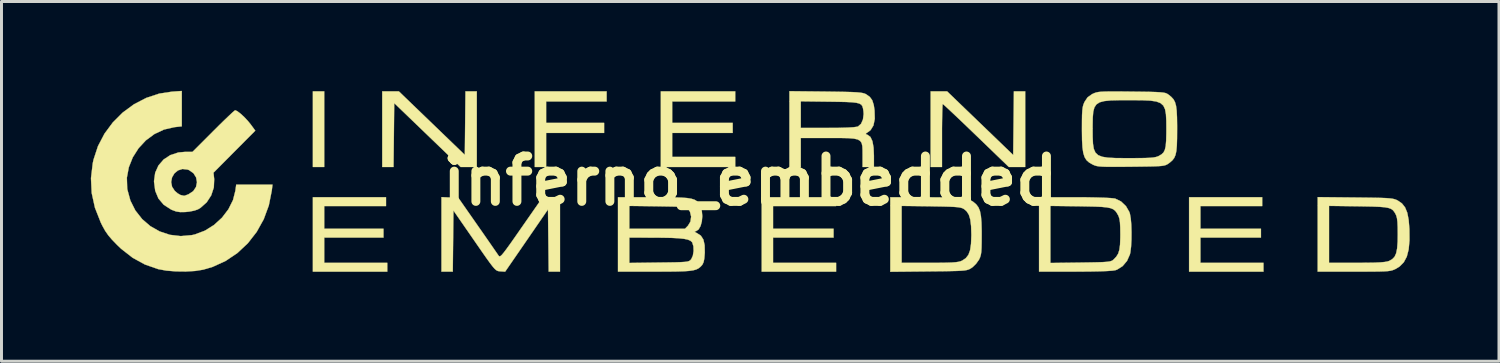
<source format=kicad_pcb>
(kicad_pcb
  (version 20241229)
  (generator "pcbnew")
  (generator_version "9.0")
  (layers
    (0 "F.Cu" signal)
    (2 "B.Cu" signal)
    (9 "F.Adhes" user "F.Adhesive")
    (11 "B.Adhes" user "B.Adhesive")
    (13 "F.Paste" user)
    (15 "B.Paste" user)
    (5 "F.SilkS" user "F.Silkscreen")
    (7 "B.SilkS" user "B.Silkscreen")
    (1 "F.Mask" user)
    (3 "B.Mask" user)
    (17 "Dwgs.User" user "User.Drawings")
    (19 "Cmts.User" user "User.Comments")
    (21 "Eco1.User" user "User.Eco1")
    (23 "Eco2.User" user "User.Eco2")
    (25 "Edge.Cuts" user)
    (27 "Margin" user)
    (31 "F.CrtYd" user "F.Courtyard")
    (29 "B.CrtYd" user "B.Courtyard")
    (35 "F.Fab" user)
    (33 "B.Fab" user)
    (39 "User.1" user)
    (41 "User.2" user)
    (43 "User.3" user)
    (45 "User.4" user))
  (footprint "inferno_embedded"
    (layer "F.Cu")
    (at 22.146 3.023)
    (property "Reference" "inferno_embedded" (at 0 0 0) (layer "F.SilkS") (effects (font (size 1.524 1.524) (thickness 0.3))))
    (attr through_hole)
    (fp_poly (pts (xy -14.309 -0.466) (xy -14.69 -0.466) (xy -14.69 -3.006) (xy -14.309 -3.006) (xy -14.309 -0.466)) (stroke (width 0.01) (type solid)) (fill yes) (layer "F.SilkS"))
    (fp_poly (pts (xy -4.826 -2.667) (xy -6.858 -2.667) (xy -6.858 -1.947) (xy -4.911 -1.947) (xy -4.911 -1.609) (xy -6.858 -1.609) (xy -6.858 -0.466) (xy -7.239 -0.466) (xy -7.239 -3.006) (xy -4.826 -3.006) (xy -4.826 -2.667)) (stroke (width 0.01) (type solid)) (fill yes) (layer "F.SilkS"))
    (fp_poly (pts (xy -12.234 0.847) (xy -14.309 0.847) (xy -14.309 1.609) (xy -12.319 1.609) (xy -12.319 1.905) (xy -14.309 1.905) (xy -14.309 2.752) (xy -12.192 2.752) (xy -12.192 3.048) (xy -14.69 3.048) (xy -14.69 0.55) (xy -12.234 0.55) (xy -12.234 0.847)) (stroke (width 0.01) (type solid)) (fill yes) (layer "F.SilkS"))
    (fp_poly (pts (xy -9.588 -0.872) (xy -9.566 -3.006) (xy -9.186 -3.006) (xy -9.186 -0.466) (xy -9.73 -0.466) (xy -10.845 -1.539) (xy -11.959 -2.611) (xy -11.97 -1.539) (xy -11.982 -0.466) (xy -12.361 -0.466) (xy -12.361 -3.006) (xy -11.804 -3.006) (xy -9.588 -0.872)) (stroke (width 0.01) (type solid)) (fill yes) (layer "F.SilkS"))
    (fp_poly (pts (xy -0.508 -2.667) (xy -2.625 -2.667) (xy -2.625 -1.947) (xy -0.593 -1.947) (xy -0.593 -1.609) (xy -2.625 -1.609) (xy -2.625 -0.804) (xy -0.508 -0.804) (xy -0.508 -0.466) (xy -3.006 -0.466) (xy -3.006 -3.006) (xy -0.508 -3.006) (xy -0.508 -2.667)) (stroke (width 0.01) (type solid)) (fill yes) (layer "F.SilkS"))
    (fp_poly (pts (xy 2.879 0.847) (xy 0.762 0.847) (xy 0.762 1.609) (xy 2.794 1.609) (xy 2.794 1.905) (xy 0.762 1.905) (xy 0.762 2.752) (xy 2.879 2.752) (xy 2.879 3.048) (xy 0.381 3.048) (xy 0.381 0.55) (xy 2.879 0.55) (xy 2.879 0.847)) (stroke (width 0.01) (type solid)) (fill yes) (layer "F.SilkS"))
    (fp_poly (pts (xy 17.187 0.847) (xy 15.113 0.847) (xy 15.113 1.609) (xy 17.145 1.609) (xy 17.145 1.905) (xy 15.113 1.905) (xy 15.113 2.752) (xy 17.23 2.752) (xy 17.23 3.048) (xy 14.732 3.048) (xy 14.732 0.55) (xy 17.187 0.55) (xy 17.187 0.847)) (stroke (width 0.01) (type solid)) (fill yes) (layer "F.SilkS"))
    (fp_poly (pts (xy 7.716 -1.937) (xy 8.826 -0.868) (xy 8.838 -1.937) (xy 8.849 -3.006) (xy 9.229 -3.006) (xy 9.229 -0.466) (xy 8.679 -0.466) (xy 7.582 -1.524) (xy 7.329 -1.767) (xy 7.096 -1.991) (xy 6.888 -2.188) (xy 6.714 -2.352) (xy 6.58 -2.477) (xy 6.493 -2.556) (xy 6.46 -2.582) (xy 6.453 -2.542) (xy 6.447 -2.428) (xy 6.442 -2.252) (xy 6.438 -2.026) (xy 6.435 -1.76) (xy 6.435 -1.524) (xy 6.435 -0.466) (xy 6.054 -0.466) (xy 6.054 -3.006) (xy 6.606 -3.006) (xy 7.716 -1.937)) (stroke (width 0.01) (type solid)) (fill yes) (layer "F.SilkS"))
    (fp_poly (pts (xy -10.088 0.559) (xy -9.804 0.572) (xy -9.164 1.489) (xy -8.989 1.739) (xy -8.828 1.971) (xy -8.687 2.174) (xy -8.574 2.337) (xy -8.496 2.45) (xy -8.461 2.501) (xy -8.441 2.526) (xy -8.418 2.536) (xy -8.387 2.523) (xy -8.342 2.482) (xy -8.278 2.405) (xy -8.188 2.286) (xy -8.067 2.119) (xy -7.91 1.896) (xy -7.711 1.61) (xy -7.685 1.573) (xy -6.972 0.55) (xy -6.392 0.55) (xy -6.392 3.048) (xy -6.772 3.048) (xy -6.783 2.003) (xy -6.795 0.959) (xy -7.514 2.004) (xy -8.234 3.049) (xy -8.399 3.038) (xy -8.448 3.033) (xy -8.491 3.022) (xy -8.536 2.997) (xy -8.589 2.949) (xy -8.655 2.873) (xy -8.743 2.759) (xy -8.857 2.601) (xy -9.004 2.391) (xy -9.191 2.121) (xy -9.267 2.011) (xy -9.97 0.996) (xy -9.981 2.022) (xy -9.992 3.048) (xy -10.372 3.048) (xy -10.372 0.546) (xy -10.088 0.559)) (stroke (width 0.01) (type solid)) (fill yes) (layer "F.SilkS"))
    (fp_poly (pts (xy 10.89 0.551) (xy 11.273 0.552) (xy 11.605 0.558) (xy 11.878 0.566) (xy 12.086 0.577) (xy 12.219 0.59) (xy 12.254 0.597) (xy 12.448 0.692) (xy 12.613 0.849) (xy 12.726 1.045) (xy 12.745 1.103) (xy 12.773 1.26) (xy 12.792 1.475) (xy 12.799 1.722) (xy 12.797 1.975) (xy 12.784 2.209) (xy 12.761 2.398) (xy 12.745 2.47) (xy 12.648 2.688) (xy 12.499 2.864) (xy 12.315 2.98) (xy 12.255 3.001) (xy 12.155 3.016) (xy 11.978 3.028) (xy 11.73 3.038) (xy 11.419 3.044) (xy 11.051 3.047) (xy 10.89 3.048) (xy 9.694 3.048) (xy 9.694 2.757) (xy 10.075 2.757) (xy 11.087 2.744) (xy 11.407 2.739) (xy 11.654 2.734) (xy 11.838 2.728) (xy 11.969 2.719) (xy 12.061 2.707) (xy 12.122 2.69) (xy 12.164 2.669) (xy 12.192 2.646) (xy 12.285 2.549) (xy 12.35 2.445) (xy 12.391 2.315) (xy 12.414 2.142) (xy 12.422 1.91) (xy 12.423 1.799) (xy 12.42 1.562) (xy 12.411 1.392) (xy 12.392 1.272) (xy 12.363 1.183) (xy 12.349 1.154) (xy 12.3 1.069) (xy 12.248 1.002) (xy 12.182 0.952) (xy 12.093 0.916) (xy 11.968 0.891) (xy 11.798 0.874) (xy 11.571 0.864) (xy 11.277 0.858) (xy 11.062 0.854) (xy 10.075 0.841) (xy 10.075 2.757) (xy 9.694 2.757) (xy 9.694 0.55) (xy 10.89 0.551)) (stroke (width 0.01) (type solid)) (fill yes) (layer "F.SilkS"))
    (fp_poly (pts (xy -17.23 -2.341) (xy -17.124 -2.261) (xy -17.001 -2.149) (xy -16.879 -2.019) (xy -16.781 -1.9) (xy -16.624 -1.686) (xy -17.326 -0.98) (xy -18.027 -0.275) (xy -18.004 -0.058) (xy -18.016 0.221) (xy -18.103 0.486) (xy -18.255 0.72) (xy -18.463 0.905) (xy -18.554 0.959) (xy -18.67 0.999) (xy -18.831 1.031) (xy -18.965 1.046) (xy -19.144 1.049) (xy -19.282 1.028) (xy -19.423 0.975) (xy -19.455 0.96) (xy -19.699 0.802) (xy -19.876 0.593) (xy -19.984 0.334) (xy -20.022 0.04) (xy -19.449 0.04) (xy -19.418 0.199) (xy -19.329 0.335) (xy -19.23 0.42) (xy -19.136 0.474) (xy -19.118 0.479) (xy -19.042 0.495) (xy -19.017 0.502) (xy -18.974 0.491) (xy -18.884 0.457) (xy -18.864 0.449) (xy -18.708 0.346) (xy -18.614 0.205) (xy -18.582 0.045) (xy -18.611 -0.115) (xy -18.7 -0.257) (xy -18.848 -0.361) (xy -18.896 -0.379) (xy -19.068 -0.399) (xy -19.219 -0.351) (xy -19.34 -0.251) (xy -19.419 -0.116) (xy -19.449 0.04) (xy -20.022 0.04) (xy -20.024 0.027) (xy -20.024 0.004) (xy -19.985 -0.273) (xy -19.875 -0.517) (xy -19.702 -0.717) (xy -19.477 -0.865) (xy -19.208 -0.953) (xy -18.986 -0.973) (xy -18.732 -0.974) (xy -18.034 -1.672) (xy -17.835 -1.87) (xy -17.655 -2.046) (xy -17.502 -2.192) (xy -17.387 -2.3) (xy -17.316 -2.36) (xy -17.3 -2.371) (xy -17.23 -2.341)) (stroke (width 0.01) (type solid)) (fill yes) (layer "F.SilkS"))
    (fp_poly (pts (xy 20.309 0.559) (xy 20.671 0.563) (xy 20.959 0.567) (xy 21.183 0.572) (xy 21.352 0.579) (xy 21.478 0.589) (xy 21.57 0.601) (xy 21.639 0.618) (xy 21.695 0.639) (xy 21.738 0.66) (xy 21.88 0.758) (xy 21.985 0.891) (xy 22.059 1.071) (xy 22.105 1.309) (xy 22.13 1.619) (xy 22.13 1.619) (xy 22.133 1.996) (xy 22.105 2.302) (xy 22.042 2.546) (xy 21.941 2.734) (xy 21.8 2.876) (xy 21.676 2.953) (xy 21.618 2.98) (xy 21.56 3.002) (xy 21.491 3.019) (xy 21.401 3.031) (xy 21.278 3.039) (xy 21.113 3.044) (xy 20.895 3.047) (xy 20.613 3.048) (xy 20.269 3.048) (xy 19.05 3.048) (xy 19.05 2.752) (xy 19.431 2.752) (xy 20.364 2.752) (xy 20.699 2.75) (xy 20.959 2.746) (xy 21.156 2.737) (xy 21.297 2.724) (xy 21.395 2.706) (xy 21.44 2.692) (xy 21.55 2.632) (xy 21.631 2.55) (xy 21.685 2.432) (xy 21.718 2.267) (xy 21.735 2.041) (xy 21.738 1.799) (xy 21.736 1.556) (xy 21.728 1.38) (xy 21.713 1.256) (xy 21.688 1.166) (xy 21.664 1.113) (xy 21.62 1.039) (xy 21.573 0.982) (xy 21.51 0.939) (xy 21.422 0.908) (xy 21.298 0.886) (xy 21.127 0.872) (xy 20.898 0.863) (xy 20.6 0.857) (xy 20.415 0.854) (xy 19.431 0.84) (xy 19.431 2.752) (xy 19.05 2.752) (xy 19.05 0.546) (xy 20.309 0.559)) (stroke (width 0.01) (type solid)) (fill yes) (layer "F.SilkS"))
    (fp_poly (pts (xy -19.092 -1.831) (xy -19.34 -1.803) (xy -19.69 -1.723) (xy -20.013 -1.571) (xy -20.3 -1.358) (xy -20.544 -1.094) (xy -20.737 -0.791) (xy -20.87 -0.458) (xy -20.936 -0.107) (xy -20.925 0.251) (xy -20.92 0.289) (xy -20.818 0.662) (xy -20.65 0.996) (xy -20.423 1.284) (xy -20.149 1.52) (xy -19.835 1.698) (xy -19.492 1.812) (xy -19.128 1.855) (xy -18.753 1.822) (xy -18.646 1.797) (xy -18.315 1.672) (xy -18.011 1.482) (xy -17.744 1.239) (xy -17.527 0.955) (xy -17.372 0.645) (xy -17.293 0.335) (xy -17.264 0.127) (xy -16.046 0.127) (xy -16.07 0.328) (xy -16.169 0.824) (xy -16.34 1.288) (xy -16.577 1.714) (xy -16.872 2.093) (xy -17.222 2.421) (xy -17.618 2.688) (xy -18.055 2.888) (xy -18.373 2.982) (xy -18.64 3.025) (xy -18.957 3.044) (xy -19.29 3.04) (xy -19.608 3.014) (xy -19.877 2.965) (xy -19.887 2.963) (xy -20.331 2.808) (xy -20.74 2.584) (xy -21.125 2.284) (xy -21.257 2.158) (xy -21.431 1.979) (xy -21.56 1.828) (xy -21.663 1.68) (xy -21.758 1.509) (xy -21.814 1.395) (xy -22.008 0.903) (xy -22.117 0.408) (xy -22.141 -0.09) (xy -22.081 -0.594) (xy -22.055 -0.714) (xy -21.906 -1.166) (xy -21.687 -1.585) (xy -21.407 -1.963) (xy -21.074 -2.295) (xy -20.698 -2.571) (xy -20.286 -2.785) (xy -19.848 -2.93) (xy -19.42 -2.995) (xy -19.092 -3.018) (xy -19.092 -1.831)) (stroke (width 0.01) (type solid)) (fill yes) (layer "F.SilkS"))
    (fp_poly (pts (xy 2.529 -2.998) (xy 2.889 -2.993) (xy 3.175 -2.988) (xy 3.396 -2.982) (xy 3.562 -2.974) (xy 3.684 -2.963) (xy 3.772 -2.949) (xy 3.835 -2.932) (xy 3.884 -2.91) (xy 4.01 -2.821) (xy 4.093 -2.707) (xy 4.144 -2.547) (xy 4.17 -2.369) (xy 4.178 -2.082) (xy 4.133 -1.86) (xy 4.038 -1.705) (xy 3.973 -1.653) (xy 3.891 -1.6) (xy 3.876 -1.572) (xy 3.922 -1.55) (xy 3.937 -1.545) (xy 4.032 -1.475) (xy 4.099 -1.332) (xy 4.138 -1.114) (xy 4.149 -0.848) (xy 4.149 -0.466) (xy 3.768 -0.466) (xy 3.768 -0.86) (xy 3.767 -1.033) (xy 3.76 -1.168) (xy 3.737 -1.269) (xy 3.688 -1.341) (xy 3.605 -1.39) (xy 3.476 -1.419) (xy 3.294 -1.434) (xy 3.049 -1.439) (xy 2.73 -1.439) (xy 2.633 -1.439) (xy 1.693 -1.439) (xy 1.693 -0.466) (xy 1.312 -0.466) (xy 1.312 -1.778) (xy 1.693 -1.778) (xy 2.602 -1.778) (xy 2.962 -1.78) (xy 3.248 -1.788) (xy 3.457 -1.8) (xy 3.584 -1.817) (xy 3.616 -1.827) (xy 3.716 -1.915) (xy 3.781 -2.062) (xy 3.804 -2.244) (xy 3.797 -2.339) (xy 3.783 -2.432) (xy 3.762 -2.504) (xy 3.725 -2.558) (xy 3.66 -2.596) (xy 3.559 -2.622) (xy 3.411 -2.639) (xy 3.207 -2.649) (xy 2.935 -2.655) (xy 2.666 -2.659) (xy 1.693 -2.671) (xy 1.693 -1.778) (xy 1.312 -1.778) (xy 1.312 -3.011) (xy 2.529 -2.998)) (stroke (width 0.01) (type solid)) (fill yes) (layer "F.SilkS"))
    (fp_poly (pts (xy 5.874 0.551) (xy 6.266 0.553) (xy 6.584 0.557) (xy 6.836 0.564) (xy 7.033 0.577) (xy 7.185 0.594) (xy 7.3 0.619) (xy 7.389 0.65) (xy 7.463 0.69) (xy 7.49 0.709) (xy 7.587 0.792) (xy 7.659 0.889) (xy 7.71 1.014) (xy 7.742 1.179) (xy 7.761 1.398) (xy 7.768 1.683) (xy 7.768 1.799) (xy 7.767 2.058) (xy 7.763 2.248) (xy 7.755 2.385) (xy 7.739 2.485) (xy 7.716 2.563) (xy 7.683 2.636) (xy 7.674 2.652) (xy 7.578 2.786) (xy 7.455 2.904) (xy 7.42 2.927) (xy 7.373 2.956) (xy 7.324 2.978) (xy 7.265 2.995) (xy 7.185 3.009) (xy 7.074 3.018) (xy 6.922 3.025) (xy 6.719 3.03) (xy 6.455 3.035) (xy 6.12 3.038) (xy 5.98 3.04) (xy 4.699 3.053) (xy 4.699 2.752) (xy 5.08 2.752) (xy 6.022 2.752) (xy 6.337 2.751) (xy 6.58 2.748) (xy 6.762 2.742) (xy 6.895 2.732) (xy 6.991 2.718) (xy 7.062 2.699) (xy 7.112 2.678) (xy 7.234 2.596) (xy 7.322 2.483) (xy 7.379 2.327) (xy 7.41 2.115) (xy 7.421 1.834) (xy 7.421 1.803) (xy 7.412 1.515) (xy 7.385 1.298) (xy 7.336 1.137) (xy 7.26 1.02) (xy 7.17 0.945) (xy 7.124 0.92) (xy 7.063 0.901) (xy 6.977 0.886) (xy 6.854 0.875) (xy 6.682 0.867) (xy 6.452 0.861) (xy 6.15 0.856) (xy 6.066 0.854) (xy 5.08 0.841) (xy 5.08 2.752) (xy 4.699 2.752) (xy 4.699 0.55) (xy 5.874 0.551)) (stroke (width 0.01) (type solid)) (fill yes) (layer "F.SilkS"))
    (fp_poly (pts (xy -3.249 0.55) (xy -2.864 0.551) (xy -2.553 0.555) (xy -2.309 0.563) (xy -2.121 0.577) (xy -1.981 0.6) (xy -1.878 0.632) (xy -1.804 0.677) (xy -1.749 0.734) (xy -1.703 0.807) (xy -1.683 0.847) (xy -1.63 1.006) (xy -1.614 1.184) (xy -1.629 1.361) (xy -1.672 1.517) (xy -1.74 1.634) (xy -1.828 1.692) (xy -1.851 1.695) (xy -1.871 1.709) (xy -1.818 1.743) (xy -1.791 1.755) (xy -1.661 1.841) (xy -1.577 1.972) (xy -1.535 2.159) (xy -1.53 2.413) (xy -1.53 2.415) (xy -1.545 2.603) (xy -1.57 2.729) (xy -1.611 2.814) (xy -1.63 2.838) (xy -1.686 2.895) (xy -1.746 2.941) (xy -1.821 2.977) (xy -1.92 3.004) (xy -2.053 3.023) (xy -2.229 3.036) (xy -2.459 3.043) (xy -2.751 3.047) (xy -3.116 3.048) (xy -3.216 3.048) (xy -4.445 3.048) (xy -4.445 2.756) (xy -4.064 2.756) (xy -3.065 2.743) (xy -2.75 2.739) (xy -2.508 2.735) (xy -2.329 2.729) (xy -2.202 2.721) (xy -2.116 2.71) (xy -2.06 2.693) (xy -2.024 2.671) (xy -1.996 2.642) (xy -1.986 2.631) (xy -1.931 2.513) (xy -1.906 2.356) (xy -1.912 2.197) (xy -1.951 2.071) (xy -1.96 2.057) (xy -2.012 2.011) (xy -2.097 1.974) (xy -2.225 1.947) (xy -2.403 1.928) (xy -2.643 1.915) (xy -2.951 1.909) (xy -3.228 1.907) (xy -4.064 1.905) (xy -4.064 2.756) (xy -4.445 2.756) (xy -4.445 1.609) (xy -4.064 1.609) (xy -2.197 1.609) (xy -2.094 1.505) (xy -2.012 1.368) (xy -1.988 1.202) (xy -2.026 1.041) (xy -2.071 0.968) (xy -2.099 0.936) (xy -2.132 0.911) (xy -2.181 0.893) (xy -2.257 0.88) (xy -2.372 0.871) (xy -2.537 0.864) (xy -2.762 0.86) (xy -3.059 0.855) (xy -3.108 0.854) (xy -4.064 0.841) (xy -4.064 1.609) (xy -4.445 1.609) (xy -4.445 0.55) (xy -3.249 0.55)) (stroke (width 0.01) (type solid)) (fill yes) (layer "F.SilkS"))
    (fp_poly (pts (xy 12.333 -3.002) (xy 12.638 -2.999) (xy 12.799 -2.997) (xy 13.138 -2.993) (xy 13.402 -2.989) (xy 13.603 -2.983) (xy 13.752 -2.975) (xy 13.857 -2.965) (xy 13.931 -2.951) (xy 13.983 -2.932) (xy 14.024 -2.907) (xy 14.041 -2.895) (xy 14.136 -2.818) (xy 14.208 -2.739) (xy 14.259 -2.644) (xy 14.294 -2.521) (xy 14.315 -2.357) (xy 14.326 -2.138) (xy 14.33 -1.853) (xy 14.33 -1.736) (xy 14.328 -1.424) (xy 14.321 -1.185) (xy 14.305 -1.004) (xy 14.276 -0.87) (xy 14.233 -0.77) (xy 14.172 -0.69) (xy 14.089 -0.618) (xy 14.045 -0.585) (xy 14.001 -0.556) (xy 13.954 -0.533) (xy 13.895 -0.515) (xy 13.813 -0.502) (xy 13.696 -0.493) (xy 13.534 -0.486) (xy 13.317 -0.482) (xy 13.033 -0.478) (xy 12.785 -0.475) (xy 12.446 -0.472) (xy 12.18 -0.471) (xy 11.977 -0.472) (xy 11.826 -0.477) (xy 11.714 -0.485) (xy 11.632 -0.498) (xy 11.568 -0.516) (xy 11.511 -0.54) (xy 11.485 -0.553) (xy 11.372 -0.619) (xy 11.285 -0.697) (xy 11.222 -0.8) (xy 11.179 -0.938) (xy 11.152 -1.123) (xy 11.138 -1.368) (xy 11.134 -1.684) (xy 11.134 -1.736) (xy 11.134 -1.753) (xy 11.493 -1.753) (xy 11.495 -1.468) (xy 11.505 -1.244) (xy 11.533 -1.073) (xy 11.588 -0.948) (xy 11.679 -0.863) (xy 11.815 -0.809) (xy 12.005 -0.779) (xy 12.258 -0.766) (xy 12.584 -0.763) (xy 12.721 -0.763) (xy 13.02 -0.764) (xy 13.247 -0.767) (xy 13.415 -0.774) (xy 13.536 -0.785) (xy 13.624 -0.802) (xy 13.692 -0.825) (xy 13.715 -0.836) (xy 13.806 -0.89) (xy 13.873 -0.954) (xy 13.918 -1.043) (xy 13.947 -1.169) (xy 13.962 -1.347) (xy 13.968 -1.589) (xy 13.969 -1.736) (xy 13.967 -2.016) (xy 13.955 -2.237) (xy 13.925 -2.405) (xy 13.867 -2.527) (xy 13.771 -2.612) (xy 13.63 -2.665) (xy 13.434 -2.694) (xy 13.174 -2.706) (xy 12.84 -2.709) (xy 12.738 -2.709) (xy 12.381 -2.708) (xy 12.1 -2.701) (xy 11.886 -2.679) (xy 11.729 -2.638) (xy 11.621 -2.568) (xy 11.552 -2.465) (xy 11.514 -2.32) (xy 11.498 -2.127) (xy 11.494 -1.878) (xy 11.493 -1.753) (xy 11.134 -1.753) (xy 11.135 -2.009) (xy 11.138 -2.213) (xy 11.147 -2.362) (xy 11.16 -2.471) (xy 11.181 -2.555) (xy 11.211 -2.63) (xy 11.221 -2.651) (xy 11.323 -2.804) (xy 11.472 -2.91) (xy 11.492 -2.92) (xy 11.552 -2.947) (xy 11.613 -2.968) (xy 11.687 -2.983) (xy 11.785 -2.993) (xy 11.917 -2.999) (xy 12.097 -3.002) (xy 12.333 -3.002)) (stroke (width 0.01) (type solid)) (fill yes) (layer "F.SilkS")))
  (gr_rect
    (start -3 -3)
    (end 47.284 9.08)
    (stroke (width 0.1) (type default))
    (fill no)
    (layer "Edge.Cuts")))
</source>
